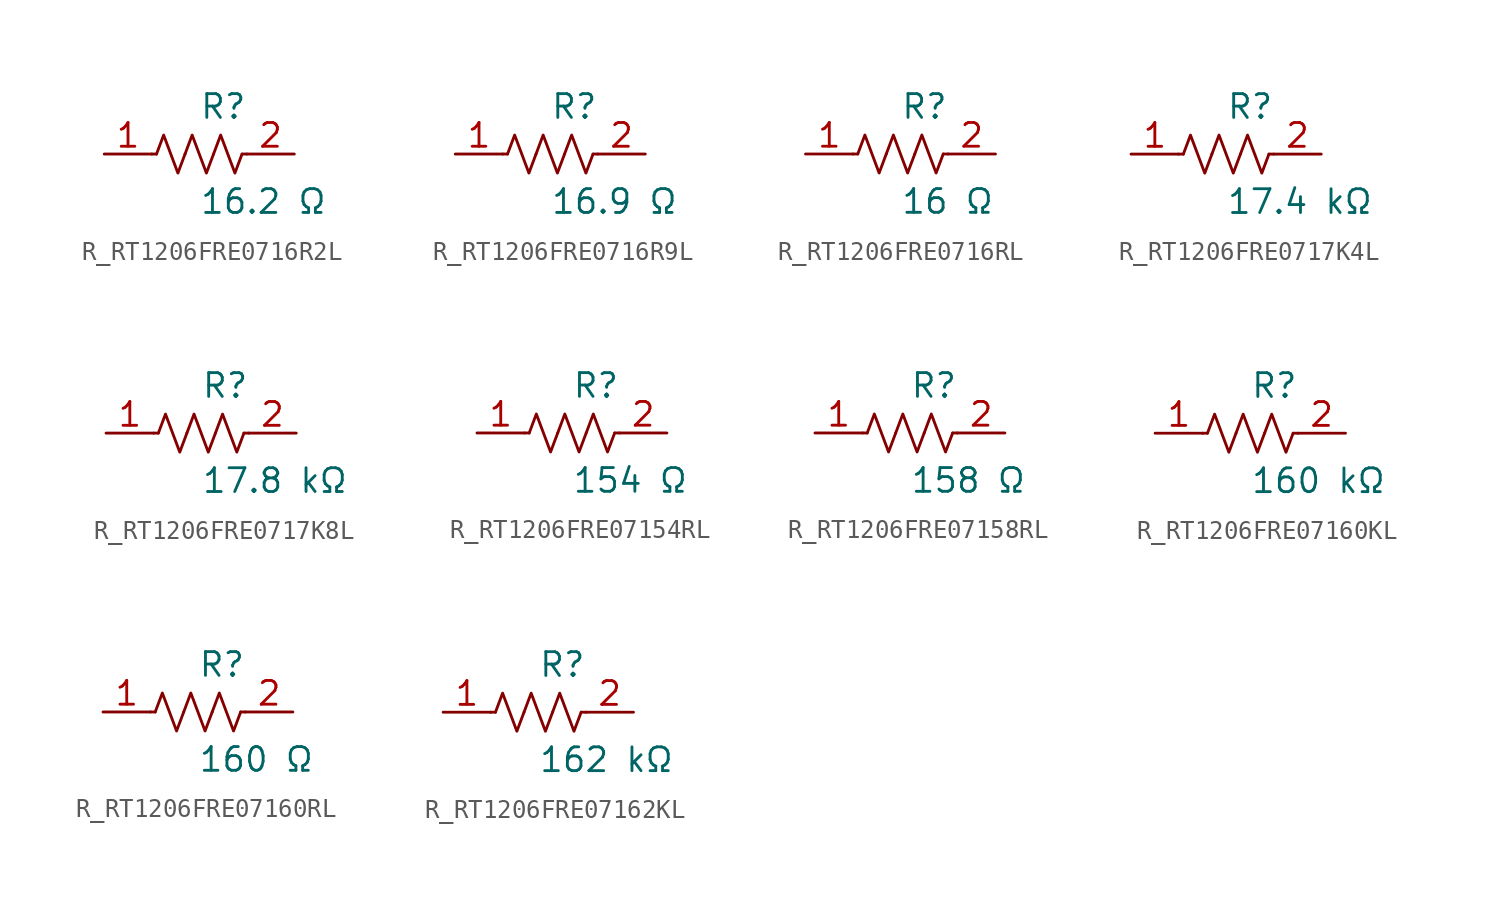
<source format=kicad_sym>
(kicad_symbol_lib
  (version 20231120)
  (generator kicad_symbol_editor)
  (generator_version 8.0)
  (symbol "R_RT1206FRE0716R2L"
    (pin_names
      (offset 0.254))
    (property "Reference" "R"
      (at 0 2.54 0)
      (effects (font (size 1.27 1.27)) (justify left)))
    (property "Value" "16.2 Ω"
      (at 0 -2.54 0)
      (effects (font (size 1.27 1.27)) (justify left)))
    (symbol "R_RT1206FRE0716R2L_0_1"
      (polyline (pts (xy 2.286 0) (xy 2.54 0)) (stroke (width 0) (type default)) (fill (type none)))
      (polyline (pts (xy -2.286 0) (xy -2.54 0)) (stroke (width 0) (type default)) (fill (type none)))
      (polyline (pts (xy 0.762 0) (xy 1.143 1.016) (xy 1.524 0) (xy 1.905 -1.016) (xy 2.286 0)) (stroke (width 0) (type default)) (fill (type none)))
      (polyline (pts (xy -0.762 0) (xy -0.381 1.016) (xy 0 0) (xy 0.381 -1.016) (xy 0.762 0)) (stroke (width 0) (type default)) (fill (type none)))
      (polyline (pts (xy -2.286 0) (xy -1.905 1.016) (xy -1.524 0) (xy -1.143 -1.016) (xy -0.762 0)) (stroke (width 0) (type default)) (fill (type none))))
    (pin unspecified line
      (at -5.08 0 0)
      (length 2.54)
      (name "" (effects (font (size 1.27 1.27))))
      (number "1" (effects (font (size 1.27 1.27)))))
    (pin unspecified line
      (at 5.08 0 180)
      (length 2.54)
      (name "" (effects (font (size 1.27 1.27))))
      (number "2" (effects (font (size 1.27 1.27))))))
  (symbol "R_RT1206FRE0716R9L"
    (pin_names
      (offset 0.254))
    (property "Reference" "R"
      (at 0 2.54 0)
      (effects (font (size 1.27 1.27)) (justify left)))
    (property "Value" "16.9 Ω"
      (at 0 -2.54 0)
      (effects (font (size 1.27 1.27)) (justify left)))
    (symbol "R_RT1206FRE0716R9L_0_1"
      (polyline (pts (xy 2.286 0) (xy 2.54 0)) (stroke (width 0) (type default)) (fill (type none)))
      (polyline (pts (xy -2.286 0) (xy -2.54 0)) (stroke (width 0) (type default)) (fill (type none)))
      (polyline (pts (xy 0.762 0) (xy 1.143 1.016) (xy 1.524 0) (xy 1.905 -1.016) (xy 2.286 0)) (stroke (width 0) (type default)) (fill (type none)))
      (polyline (pts (xy -0.762 0) (xy -0.381 1.016) (xy 0 0) (xy 0.381 -1.016) (xy 0.762 0)) (stroke (width 0) (type default)) (fill (type none)))
      (polyline (pts (xy -2.286 0) (xy -1.905 1.016) (xy -1.524 0) (xy -1.143 -1.016) (xy -0.762 0)) (stroke (width 0) (type default)) (fill (type none))))
    (pin unspecified line
      (at -5.08 0 0)
      (length 2.54)
      (name "" (effects (font (size 1.27 1.27))))
      (number "1" (effects (font (size 1.27 1.27)))))
    (pin unspecified line
      (at 5.08 0 180)
      (length 2.54)
      (name "" (effects (font (size 1.27 1.27))))
      (number "2" (effects (font (size 1.27 1.27))))))
  (symbol "R_RT1206FRE0716RL"
    (pin_names
      (offset 0.254))
    (property "Reference" "R"
      (at 0 2.54 0)
      (effects (font (size 1.27 1.27)) (justify left)))
    (property "Value" "16 Ω"
      (at 0 -2.54 0)
      (effects (font (size 1.27 1.27)) (justify left)))
    (symbol "R_RT1206FRE0716RL_0_1"
      (polyline (pts (xy 2.286 0) (xy 2.54 0)) (stroke (width 0) (type default)) (fill (type none)))
      (polyline (pts (xy -2.286 0) (xy -2.54 0)) (stroke (width 0) (type default)) (fill (type none)))
      (polyline (pts (xy 0.762 0) (xy 1.143 1.016) (xy 1.524 0) (xy 1.905 -1.016) (xy 2.286 0)) (stroke (width 0) (type default)) (fill (type none)))
      (polyline (pts (xy -0.762 0) (xy -0.381 1.016) (xy 0 0) (xy 0.381 -1.016) (xy 0.762 0)) (stroke (width 0) (type default)) (fill (type none)))
      (polyline (pts (xy -2.286 0) (xy -1.905 1.016) (xy -1.524 0) (xy -1.143 -1.016) (xy -0.762 0)) (stroke (width 0) (type default)) (fill (type none))))
    (pin unspecified line
      (at -5.08 0 0)
      (length 2.54)
      (name "" (effects (font (size 1.27 1.27))))
      (number "1" (effects (font (size 1.27 1.27)))))
    (pin unspecified line
      (at 5.08 0 180)
      (length 2.54)
      (name "" (effects (font (size 1.27 1.27))))
      (number "2" (effects (font (size 1.27 1.27))))))
  (symbol "R_RT1206FRE0717K4L"
    (pin_names
      (offset 0.254))
    (property "Reference" "R"
      (at 0 2.54 0)
      (effects (font (size 1.27 1.27)) (justify left)))
    (property "Value" "17.4 kΩ"
      (at 0 -2.54 0)
      (effects (font (size 1.27 1.27)) (justify left)))
    (symbol "R_RT1206FRE0717K4L_0_1"
      (polyline (pts (xy 2.286 0) (xy 2.54 0)) (stroke (width 0) (type default)) (fill (type none)))
      (polyline (pts (xy -2.286 0) (xy -2.54 0)) (stroke (width 0) (type default)) (fill (type none)))
      (polyline (pts (xy 0.762 0) (xy 1.143 1.016) (xy 1.524 0) (xy 1.905 -1.016) (xy 2.286 0)) (stroke (width 0) (type default)) (fill (type none)))
      (polyline (pts (xy -0.762 0) (xy -0.381 1.016) (xy 0 0) (xy 0.381 -1.016) (xy 0.762 0)) (stroke (width 0) (type default)) (fill (type none)))
      (polyline (pts (xy -2.286 0) (xy -1.905 1.016) (xy -1.524 0) (xy -1.143 -1.016) (xy -0.762 0)) (stroke (width 0) (type default)) (fill (type none))))
    (pin unspecified line
      (at -5.08 0 0)
      (length 2.54)
      (name "" (effects (font (size 1.27 1.27))))
      (number "1" (effects (font (size 1.27 1.27)))))
    (pin unspecified line
      (at 5.08 0 180)
      (length 2.54)
      (name "" (effects (font (size 1.27 1.27))))
      (number "2" (effects (font (size 1.27 1.27))))))
  (symbol "R_RT1206FRE0717K8L"
    (pin_names
      (offset 0.254))
    (property "Reference" "R"
      (at 0 2.54 0)
      (effects (font (size 1.27 1.27)) (justify left)))
    (property "Value" "17.8 kΩ"
      (at 0 -2.54 0)
      (effects (font (size 1.27 1.27)) (justify left)))
    (symbol "R_RT1206FRE0717K8L_0_1"
      (polyline (pts (xy 2.286 0) (xy 2.54 0)) (stroke (width 0) (type default)) (fill (type none)))
      (polyline (pts (xy -2.286 0) (xy -2.54 0)) (stroke (width 0) (type default)) (fill (type none)))
      (polyline (pts (xy 0.762 0) (xy 1.143 1.016) (xy 1.524 0) (xy 1.905 -1.016) (xy 2.286 0)) (stroke (width 0) (type default)) (fill (type none)))
      (polyline (pts (xy -0.762 0) (xy -0.381 1.016) (xy 0 0) (xy 0.381 -1.016) (xy 0.762 0)) (stroke (width 0) (type default)) (fill (type none)))
      (polyline (pts (xy -2.286 0) (xy -1.905 1.016) (xy -1.524 0) (xy -1.143 -1.016) (xy -0.762 0)) (stroke (width 0) (type default)) (fill (type none))))
    (pin unspecified line
      (at -5.08 0 0)
      (length 2.54)
      (name "" (effects (font (size 1.27 1.27))))
      (number "1" (effects (font (size 1.27 1.27)))))
    (pin unspecified line
      (at 5.08 0 180)
      (length 2.54)
      (name "" (effects (font (size 1.27 1.27))))
      (number "2" (effects (font (size 1.27 1.27))))))
  (symbol "R_RT1206FRE07154RL"
    (pin_names
      (offset 0.254))
    (property "Reference" "R"
      (at 0 2.54 0)
      (effects (font (size 1.27 1.27)) (justify left)))
    (property "Value" "154 Ω"
      (at 0 -2.54 0)
      (effects (font (size 1.27 1.27)) (justify left)))
    (symbol "R_RT1206FRE07154RL_0_1"
      (polyline (pts (xy 2.286 0) (xy 2.54 0)) (stroke (width 0) (type default)) (fill (type none)))
      (polyline (pts (xy -2.286 0) (xy -2.54 0)) (stroke (width 0) (type default)) (fill (type none)))
      (polyline (pts (xy 0.762 0) (xy 1.143 1.016) (xy 1.524 0) (xy 1.905 -1.016) (xy 2.286 0)) (stroke (width 0) (type default)) (fill (type none)))
      (polyline (pts (xy -0.762 0) (xy -0.381 1.016) (xy 0 0) (xy 0.381 -1.016) (xy 0.762 0)) (stroke (width 0) (type default)) (fill (type none)))
      (polyline (pts (xy -2.286 0) (xy -1.905 1.016) (xy -1.524 0) (xy -1.143 -1.016) (xy -0.762 0)) (stroke (width 0) (type default)) (fill (type none))))
    (pin unspecified line
      (at -5.08 0 0)
      (length 2.54)
      (name "" (effects (font (size 1.27 1.27))))
      (number "1" (effects (font (size 1.27 1.27)))))
    (pin unspecified line
      (at 5.08 0 180)
      (length 2.54)
      (name "" (effects (font (size 1.27 1.27))))
      (number "2" (effects (font (size 1.27 1.27))))))
  (symbol "R_RT1206FRE07158RL"
    (pin_names
      (offset 0.254))
    (property "Reference" "R"
      (at 0 2.54 0)
      (effects (font (size 1.27 1.27)) (justify left)))
    (property "Value" "158 Ω"
      (at 0 -2.54 0)
      (effects (font (size 1.27 1.27)) (justify left)))
    (symbol "R_RT1206FRE07158RL_0_1"
      (polyline (pts (xy 2.286 0) (xy 2.54 0)) (stroke (width 0) (type default)) (fill (type none)))
      (polyline (pts (xy -2.286 0) (xy -2.54 0)) (stroke (width 0) (type default)) (fill (type none)))
      (polyline (pts (xy 0.762 0) (xy 1.143 1.016) (xy 1.524 0) (xy 1.905 -1.016) (xy 2.286 0)) (stroke (width 0) (type default)) (fill (type none)))
      (polyline (pts (xy -0.762 0) (xy -0.381 1.016) (xy 0 0) (xy 0.381 -1.016) (xy 0.762 0)) (stroke (width 0) (type default)) (fill (type none)))
      (polyline (pts (xy -2.286 0) (xy -1.905 1.016) (xy -1.524 0) (xy -1.143 -1.016) (xy -0.762 0)) (stroke (width 0) (type default)) (fill (type none))))
    (pin unspecified line
      (at -5.08 0 0)
      (length 2.54)
      (name "" (effects (font (size 1.27 1.27))))
      (number "1" (effects (font (size 1.27 1.27)))))
    (pin unspecified line
      (at 5.08 0 180)
      (length 2.54)
      (name "" (effects (font (size 1.27 1.27))))
      (number "2" (effects (font (size 1.27 1.27))))))
  (symbol "R_RT1206FRE07160KL"
    (pin_names
      (offset 0.254))
    (property "Reference" "R"
      (at 0 2.54 0)
      (effects (font (size 1.27 1.27)) (justify left)))
    (property "Value" "160 kΩ"
      (at 0 -2.54 0)
      (effects (font (size 1.27 1.27)) (justify left)))
    (symbol "R_RT1206FRE07160KL_0_1"
      (polyline (pts (xy 2.286 0) (xy 2.54 0)) (stroke (width 0) (type default)) (fill (type none)))
      (polyline (pts (xy -2.286 0) (xy -2.54 0)) (stroke (width 0) (type default)) (fill (type none)))
      (polyline (pts (xy 0.762 0) (xy 1.143 1.016) (xy 1.524 0) (xy 1.905 -1.016) (xy 2.286 0)) (stroke (width 0) (type default)) (fill (type none)))
      (polyline (pts (xy -0.762 0) (xy -0.381 1.016) (xy 0 0) (xy 0.381 -1.016) (xy 0.762 0)) (stroke (width 0) (type default)) (fill (type none)))
      (polyline (pts (xy -2.286 0) (xy -1.905 1.016) (xy -1.524 0) (xy -1.143 -1.016) (xy -0.762 0)) (stroke (width 0) (type default)) (fill (type none))))
    (pin unspecified line
      (at -5.08 0 0)
      (length 2.54)
      (name "" (effects (font (size 1.27 1.27))))
      (number "1" (effects (font (size 1.27 1.27)))))
    (pin unspecified line
      (at 5.08 0 180)
      (length 2.54)
      (name "" (effects (font (size 1.27 1.27))))
      (number "2" (effects (font (size 1.27 1.27))))))
  (symbol "R_RT1206FRE07160RL"
    (pin_names
      (offset 0.254))
    (property "Reference" "R"
      (at 0 2.54 0)
      (effects (font (size 1.27 1.27)) (justify left)))
    (property "Value" "160 Ω"
      (at 0 -2.54 0)
      (effects (font (size 1.27 1.27)) (justify left)))
    (symbol "R_RT1206FRE07160RL_0_1"
      (polyline (pts (xy 2.286 0) (xy 2.54 0)) (stroke (width 0) (type default)) (fill (type none)))
      (polyline (pts (xy -2.286 0) (xy -2.54 0)) (stroke (width 0) (type default)) (fill (type none)))
      (polyline (pts (xy 0.762 0) (xy 1.143 1.016) (xy 1.524 0) (xy 1.905 -1.016) (xy 2.286 0)) (stroke (width 0) (type default)) (fill (type none)))
      (polyline (pts (xy -0.762 0) (xy -0.381 1.016) (xy 0 0) (xy 0.381 -1.016) (xy 0.762 0)) (stroke (width 0) (type default)) (fill (type none)))
      (polyline (pts (xy -2.286 0) (xy -1.905 1.016) (xy -1.524 0) (xy -1.143 -1.016) (xy -0.762 0)) (stroke (width 0) (type default)) (fill (type none))))
    (pin unspecified line
      (at -5.08 0 0)
      (length 2.54)
      (name "" (effects (font (size 1.27 1.27))))
      (number "1" (effects (font (size 1.27 1.27)))))
    (pin unspecified line
      (at 5.08 0 180)
      (length 2.54)
      (name "" (effects (font (size 1.27 1.27))))
      (number "2" (effects (font (size 1.27 1.27))))))
  (symbol "R_RT1206FRE07162KL"
    (pin_names
      (offset 0.254))
    (property "Reference" "R"
      (at 0 2.54 0)
      (effects (font (size 1.27 1.27)) (justify left)))
    (property "Value" "162 kΩ"
      (at 0 -2.54 0)
      (effects (font (size 1.27 1.27)) (justify left)))
    (symbol "R_RT1206FRE07162KL_0_1"
      (polyline (pts (xy 2.286 0) (xy 2.54 0)) (stroke (width 0) (type default)) (fill (type none)))
      (polyline (pts (xy -2.286 0) (xy -2.54 0)) (stroke (width 0) (type default)) (fill (type none)))
      (polyline (pts (xy 0.762 0) (xy 1.143 1.016) (xy 1.524 0) (xy 1.905 -1.016) (xy 2.286 0)) (stroke (width 0) (type default)) (fill (type none)))
      (polyline (pts (xy -0.762 0) (xy -0.381 1.016) (xy 0 0) (xy 0.381 -1.016) (xy 0.762 0)) (stroke (width 0) (type default)) (fill (type none)))
      (polyline (pts (xy -2.286 0) (xy -1.905 1.016) (xy -1.524 0) (xy -1.143 -1.016) (xy -0.762 0)) (stroke (width 0) (type default)) (fill (type none))))
    (pin unspecified line
      (at -5.08 0 0)
      (length 2.54)
      (name "" (effects (font (size 1.27 1.27))))
      (number "1" (effects (font (size 1.27 1.27)))))
    (pin unspecified line
      (at 5.08 0 180)
      (length 2.54)
      (name "" (effects (font (size 1.27 1.27))))
      (number "2" (effects (font (size 1.27 1.27)))))))
</source>
